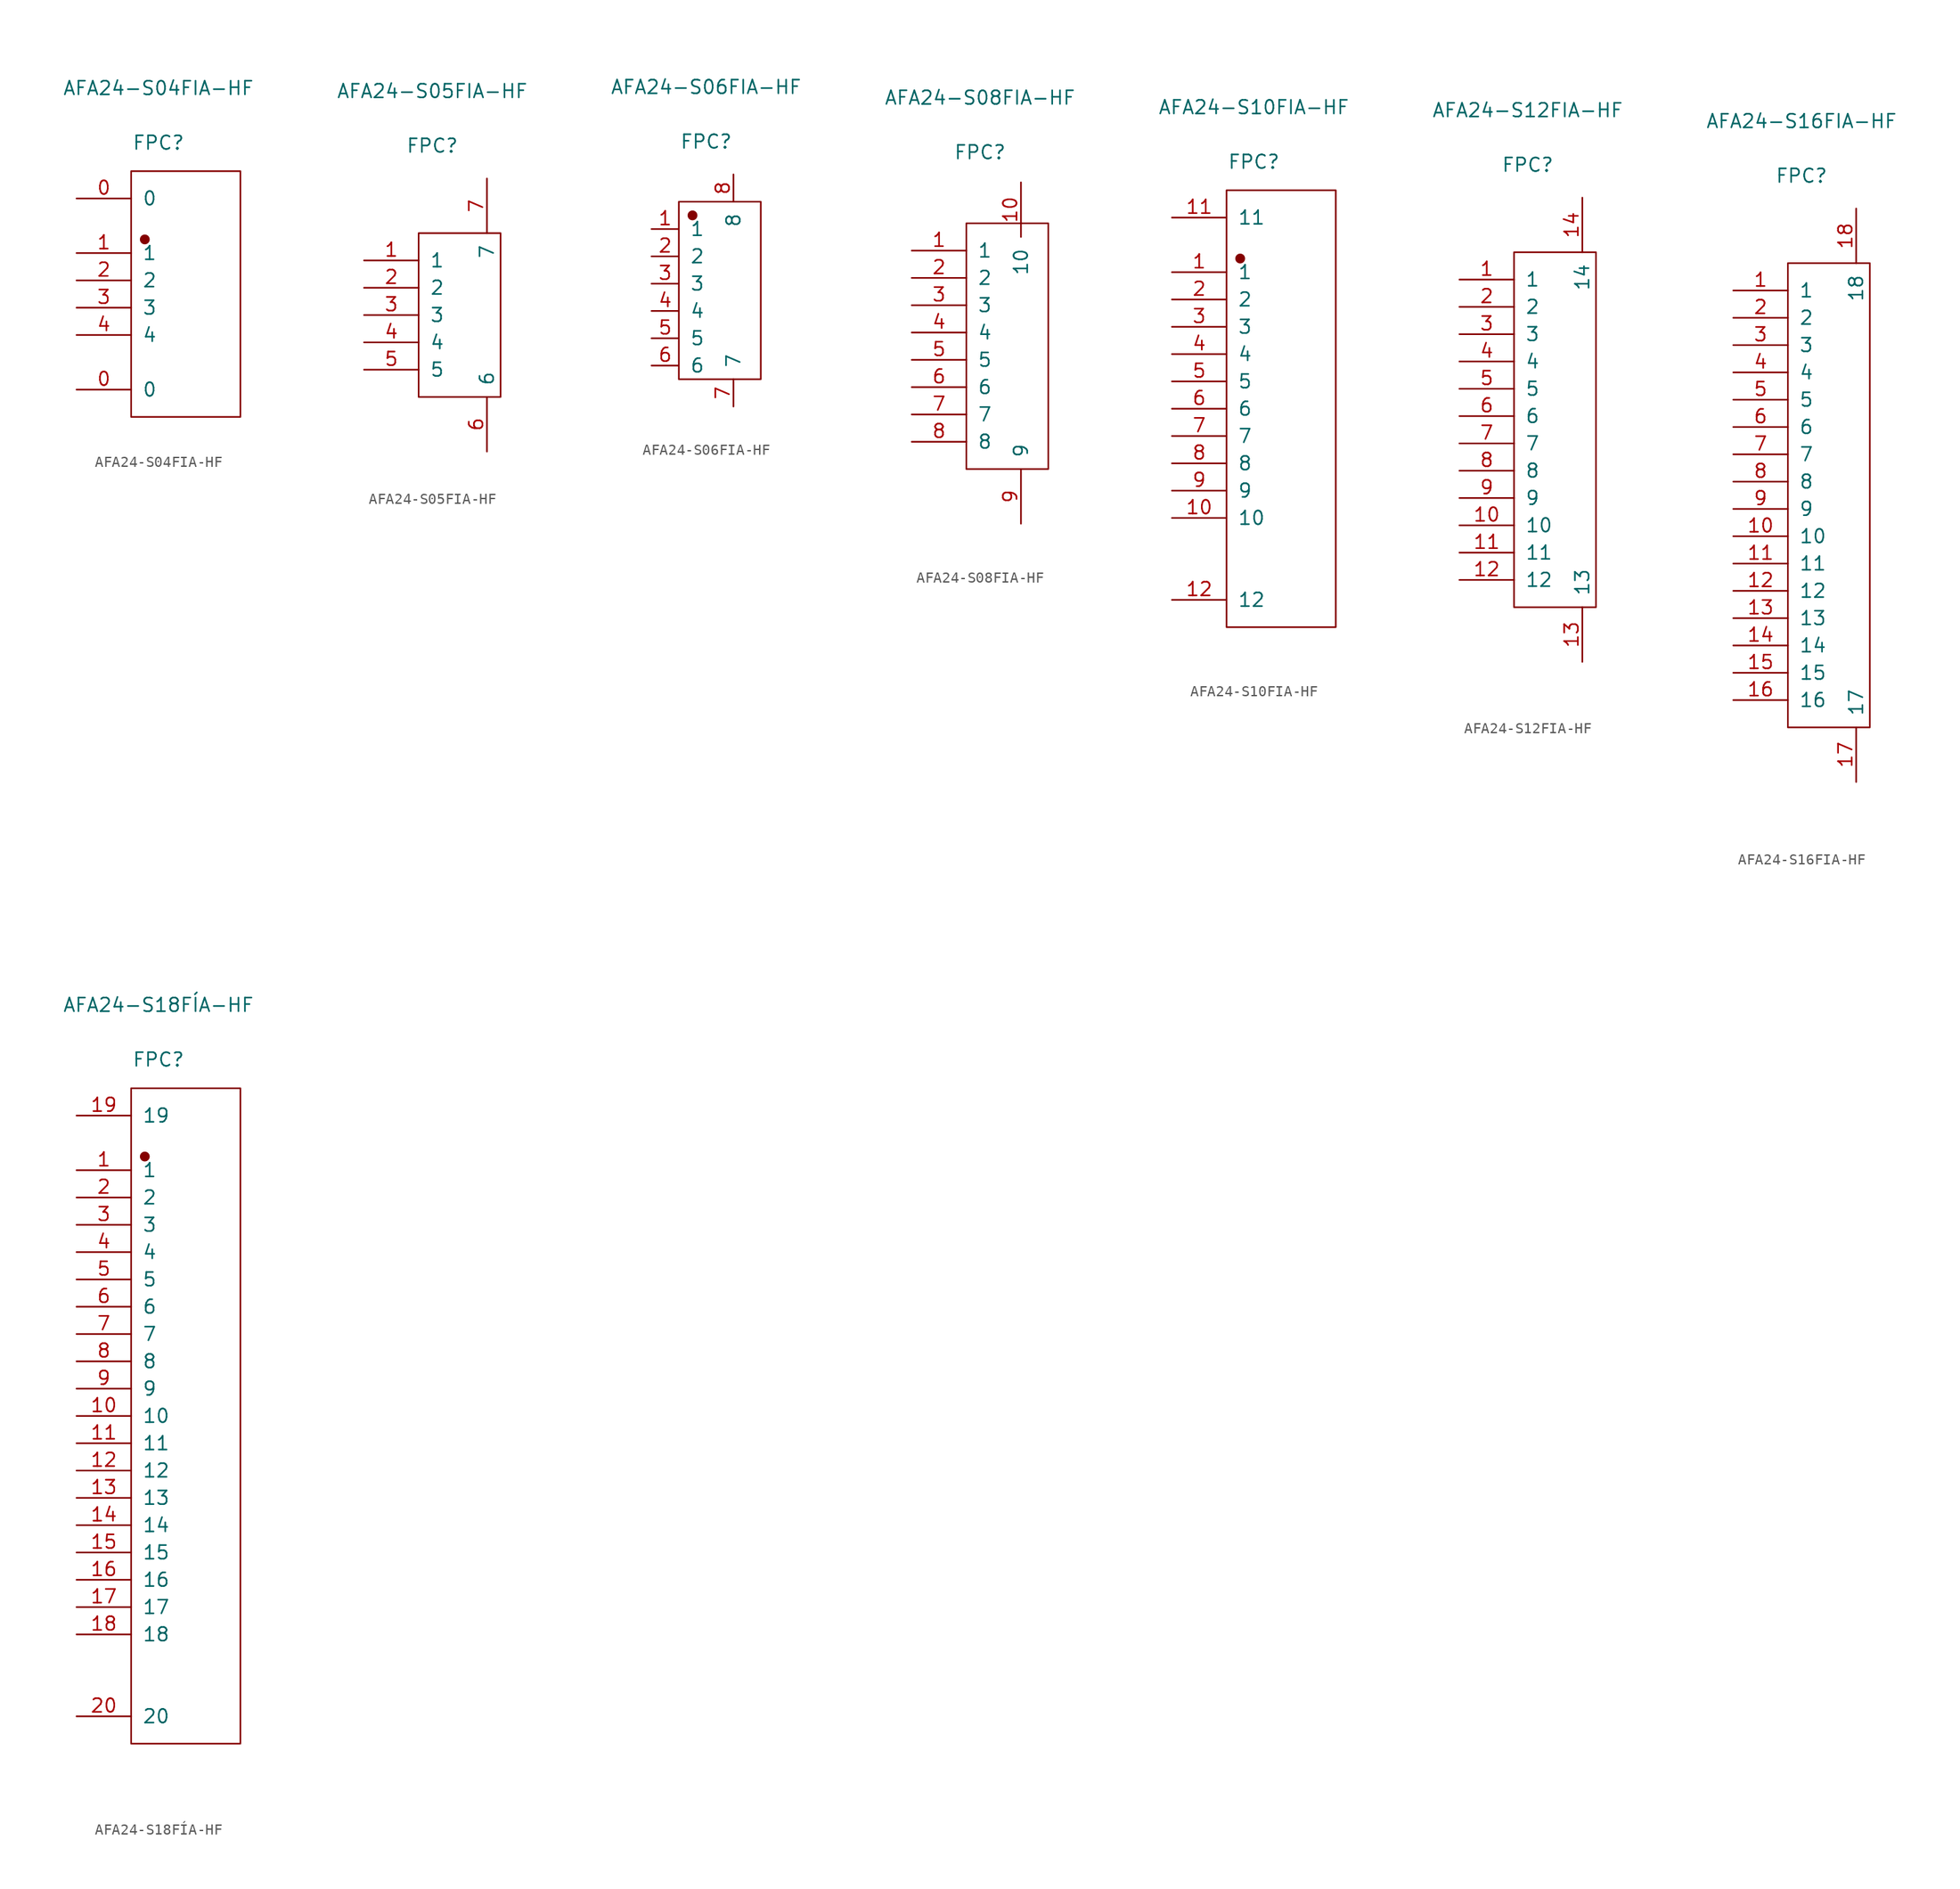
<source format=kicad_sym>
(kicad_symbol_lib
  (version 20231120)
  (generator "kicad_symbol_editor")
  (generator_version "8.0")
  (symbol "AFA24-S04FIA-HF"
    (pin_names
      (offset 1.016))
    (property "Reference" "FPC"
      (at 0 14.072 0)
      (effects (font (size 1.27 1.27))))
    (property "Value" "AFA24-S04FIA-HF"
      (at 0 19.152 0)
      (effects (font (size 1.27 1.27))))
    (symbol "AFA24-S04FIA-HF_1_1"
      (rectangle (start -2.54 11.43) (end 7.62 -11.43) (stroke (width 0.152) (type solid)) (fill (type none)))
      (circle (center -1.27 5.08) (radius 0.381) (stroke (width 0.152) (type solid)) (fill (type outline)))
      (pin passive line (at -7.62 3.81 0) (length 5.08) (name "1" (effects (font (size 1.27 1.27)))) (number "1" (effects (font (size 1.27 1.27)))))
      (pin passive line (at -7.62 1.27 0) (length 5.08) (name "2" (effects (font (size 1.27 1.27)))) (number "2" (effects (font (size 1.27 1.27)))))
      (pin passive line (at -7.62 -1.27 0) (length 5.08) (name "3" (effects (font (size 1.27 1.27)))) (number "3" (effects (font (size 1.27 1.27)))))
      (pin passive line (at -7.62 -3.81 0) (length 5.08) (name "4" (effects (font (size 1.27 1.27)))) (number "4" (effects (font (size 1.27 1.27)))))
      (pin free line (at -7.62 8.89 0) (length 5.08) (name "0" (effects (font (size 1.27 1.27)))) (number "0" (effects (font (size 1.27 1.27)))))
      (pin free line (at -7.62 -8.89 0) (length 5.08) (name "0" (effects (font (size 1.27 1.27)))) (number "0" (effects (font (size 1.27 1.27)))))))
  (symbol "AFA24-S05FIA-HF"
    (pin_names
      (offset 1.016))
    (property "Reference" "FPC"
      (at 0 15.748 0)
      (effects (font (size 1.27 1.27))))
    (property "Value" "AFA24-S05FIA-HF"
      (at 0 20.828 0)
      (effects (font (size 1.27 1.27))))
    (symbol "AFA24-S05FIA-HF_1_1"
      (rectangle (start -1.27 7.62) (end 6.35 -7.62) (stroke (width 0.152) (type solid)) (fill (type none)))
      (pin passive line (at -6.35 5.08 0) (length 5.08) (name "1" (effects (font (size 1.27 1.27)))) (number "1" (effects (font (size 1.27 1.27)))))
      (pin passive line (at -6.35 2.54 0) (length 5.08) (name "2" (effects (font (size 1.27 1.27)))) (number "2" (effects (font (size 1.27 1.27)))))
      (pin passive line (at -6.35 0 0) (length 5.08) (name "3" (effects (font (size 1.27 1.27)))) (number "3" (effects (font (size 1.27 1.27)))))
      (pin passive line (at -6.35 -2.54 0) (length 5.08) (name "4" (effects (font (size 1.27 1.27)))) (number "4" (effects (font (size 1.27 1.27)))))
      (pin passive line (at -6.35 -5.08 0) (length 5.08) (name "5" (effects (font (size 1.27 1.27)))) (number "5" (effects (font (size 1.27 1.27)))))
      (pin free line (at 5.08 -12.7 90) (length 5.08) (name "6" (effects (font (size 1.27 1.27)))) (number "6" (effects (font (size 1.27 1.27)))))
      (pin free line (at 5.08 12.7 270) (length 5.08) (name "7" (effects (font (size 1.27 1.27)))) (number "7" (effects (font (size 1.27 1.27)))))))
  (symbol "AFA24-S06FIA-HF"
    (pin_names
      (offset 1.016))
    (property "Reference" "FPC"
      (at 0 14.478 0)
      (effects (font (size 1.27 1.27))))
    (property "Value" "AFA24-S06FIA-HF"
      (at 0 19.558 0)
      (effects (font (size 1.27 1.27))))
    (symbol "AFA24-S06FIA-HF_1_1"
      (rectangle (start -2.54 8.89) (end 5.08 -7.62) (stroke (width 0.152) (type solid)) (fill (type none)))
      (circle (center -1.27 7.62) (radius 0.381) (stroke (width 0.152) (type solid)) (fill (type outline)))
      (pin passive line (at -5.08 6.35 0) (length 2.54) (name "1" (effects (font (size 1.27 1.27)))) (number "1" (effects (font (size 1.27 1.27)))))
      (pin passive line (at -5.08 3.81 0) (length 2.54) (name "2" (effects (font (size 1.27 1.27)))) (number "2" (effects (font (size 1.27 1.27)))))
      (pin passive line (at -5.08 1.27 0) (length 2.54) (name "3" (effects (font (size 1.27 1.27)))) (number "3" (effects (font (size 1.27 1.27)))))
      (pin passive line (at -5.08 -1.27 0) (length 2.54) (name "4" (effects (font (size 1.27 1.27)))) (number "4" (effects (font (size 1.27 1.27)))))
      (pin passive line (at -5.08 -3.81 0) (length 2.54) (name "5" (effects (font (size 1.27 1.27)))) (number "5" (effects (font (size 1.27 1.27)))))
      (pin passive line (at -5.08 -6.35 0) (length 2.54) (name "6" (effects (font (size 1.27 1.27)))) (number "6" (effects (font (size 1.27 1.27)))))
      (pin free line (at 2.54 -10.16 90) (length 2.54) (name "7" (effects (font (size 1.27 1.27)))) (number "7" (effects (font (size 1.27 1.27)))))
      (pin free line (at 2.54 11.43 270) (length 2.54) (name "8" (effects (font (size 1.27 1.27)))) (number "8" (effects (font (size 1.27 1.27)))))))
  (symbol "AFA24-S08FIA-HF"
    (pin_names
      (offset 1.016))
    (property "Reference" "FPC"
      (at 0 18.034 0)
      (effects (font (size 1.27 1.27))))
    (property "Value" "AFA24-S08FIA-HF"
      (at 0 23.114 0)
      (effects (font (size 1.27 1.27))))
    (symbol "AFA24-S08FIA-HF_1_1"
      (rectangle (start -1.27 11.43) (end 6.35 -11.43) (stroke (width 0.152) (type solid)) (fill (type none)))
      (pin passive line (at -6.35 8.89 0) (length 5.08) (name "1" (effects (font (size 1.27 1.27)))) (number "1" (effects (font (size 1.27 1.27)))))
      (pin free line (at 3.81 15.24 270) (length 5.08) (name "10" (effects (font (size 1.27 1.27)))) (number "10" (effects (font (size 1.27 1.27)))))
      (pin passive line (at -6.35 6.35 0) (length 5.08) (name "2" (effects (font (size 1.27 1.27)))) (number "2" (effects (font (size 1.27 1.27)))))
      (pin passive line (at -6.35 3.81 0) (length 5.08) (name "3" (effects (font (size 1.27 1.27)))) (number "3" (effects (font (size 1.27 1.27)))))
      (pin passive line (at -6.35 1.27 0) (length 5.08) (name "4" (effects (font (size 1.27 1.27)))) (number "4" (effects (font (size 1.27 1.27)))))
      (pin passive line (at -6.35 -1.27 0) (length 5.08) (name "5" (effects (font (size 1.27 1.27)))) (number "5" (effects (font (size 1.27 1.27)))))
      (pin passive line (at -6.35 -3.81 0) (length 5.08) (name "6" (effects (font (size 1.27 1.27)))) (number "6" (effects (font (size 1.27 1.27)))))
      (pin passive line (at -6.35 -6.35 0) (length 5.08) (name "7" (effects (font (size 1.27 1.27)))) (number "7" (effects (font (size 1.27 1.27)))))
      (pin passive line (at -6.35 -8.89 0) (length 5.08) (name "8" (effects (font (size 1.27 1.27)))) (number "8" (effects (font (size 1.27 1.27)))))
      (pin free line (at 3.81 -16.51 90) (length 5.08) (name "9" (effects (font (size 1.27 1.27)))) (number "9" (effects (font (size 1.27 1.27)))))))
  (symbol "AFA24-S10FIA-HF"
    (pin_names
      (offset 1.016))
    (property "Reference" "FPC"
      (at 0 22.962 0)
      (effects (font (size 1.27 1.27))))
    (property "Value" "AFA24-S10FIA-HF"
      (at 0 28.042 0)
      (effects (font (size 1.27 1.27))))
    (symbol "AFA24-S10FIA-HF_1_1"
      (rectangle (start -2.54 20.32) (end 7.62 -20.32) (stroke (width 0.152) (type solid)) (fill (type none)))
      (circle (center -1.27 13.97) (radius 0.381) (stroke (width 0.152) (type solid)) (fill (type outline)))
      (pin passive line (at -7.62 12.7 0) (length 5.08) (name "1" (effects (font (size 1.27 1.27)))) (number "1" (effects (font (size 1.27 1.27)))))
      (pin passive line (at -7.62 -10.16 0) (length 5.08) (name "10" (effects (font (size 1.27 1.27)))) (number "10" (effects (font (size 1.27 1.27)))))
      (pin free line (at -7.62 17.78 0) (length 5.08) (name "11" (effects (font (size 1.27 1.27)))) (number "11" (effects (font (size 1.27 1.27)))))
      (pin free line (at -7.62 -17.78 0) (length 5.08) (name "12" (effects (font (size 1.27 1.27)))) (number "12" (effects (font (size 1.27 1.27)))))
      (pin passive line (at -7.62 10.16 0) (length 5.08) (name "2" (effects (font (size 1.27 1.27)))) (number "2" (effects (font (size 1.27 1.27)))))
      (pin passive line (at -7.62 7.62 0) (length 5.08) (name "3" (effects (font (size 1.27 1.27)))) (number "3" (effects (font (size 1.27 1.27)))))
      (pin passive line (at -7.62 5.08 0) (length 5.08) (name "4" (effects (font (size 1.27 1.27)))) (number "4" (effects (font (size 1.27 1.27)))))
      (pin passive line (at -7.62 2.54 0) (length 5.08) (name "5" (effects (font (size 1.27 1.27)))) (number "5" (effects (font (size 1.27 1.27)))))
      (pin passive line (at -7.62 0 0) (length 5.08) (name "6" (effects (font (size 1.27 1.27)))) (number "6" (effects (font (size 1.27 1.27)))))
      (pin passive line (at -7.62 -2.54 0) (length 5.08) (name "7" (effects (font (size 1.27 1.27)))) (number "7" (effects (font (size 1.27 1.27)))))
      (pin passive line (at -7.62 -5.08 0) (length 5.08) (name "8" (effects (font (size 1.27 1.27)))) (number "8" (effects (font (size 1.27 1.27)))))
      (pin passive line (at -7.62 -7.62 0) (length 5.08) (name "9" (effects (font (size 1.27 1.27)))) (number "9" (effects (font (size 1.27 1.27)))))))
  (symbol "AFA24-S12FIA-HF"
    (pin_names
      (offset 1.016))
    (property "Reference" "FPC"
      (at 0 24.638 0)
      (effects (font (size 1.27 1.27))))
    (property "Value" "AFA24-S12FIA-HF"
      (at 0 29.718 0)
      (effects (font (size 1.27 1.27))))
    (symbol "AFA24-S12FIA-HF_1_1"
      (rectangle (start -1.27 16.51) (end 6.35 -16.51) (stroke (width 0.152) (type solid)) (fill (type none)))
      (pin passive line (at -6.35 13.97 0) (length 5.08) (name "1" (effects (font (size 1.27 1.27)))) (number "1" (effects (font (size 1.27 1.27)))))
      (pin passive line (at -6.35 -8.89 0) (length 5.08) (name "10" (effects (font (size 1.27 1.27)))) (number "10" (effects (font (size 1.27 1.27)))))
      (pin passive line (at -6.35 -11.43 0) (length 5.08) (name "11" (effects (font (size 1.27 1.27)))) (number "11" (effects (font (size 1.27 1.27)))))
      (pin passive line (at -6.35 -13.97 0) (length 5.08) (name "12" (effects (font (size 1.27 1.27)))) (number "12" (effects (font (size 1.27 1.27)))))
      (pin free line (at 5.08 -21.59 90) (length 5.08) (name "13" (effects (font (size 1.27 1.27)))) (number "13" (effects (font (size 1.27 1.27)))))
      (pin free line (at 5.08 21.59 270) (length 5.08) (name "14" (effects (font (size 1.27 1.27)))) (number "14" (effects (font (size 1.27 1.27)))))
      (pin passive line (at -6.35 11.43 0) (length 5.08) (name "2" (effects (font (size 1.27 1.27)))) (number "2" (effects (font (size 1.27 1.27)))))
      (pin passive line (at -6.35 8.89 0) (length 5.08) (name "3" (effects (font (size 1.27 1.27)))) (number "3" (effects (font (size 1.27 1.27)))))
      (pin passive line (at -6.35 6.35 0) (length 5.08) (name "4" (effects (font (size 1.27 1.27)))) (number "4" (effects (font (size 1.27 1.27)))))
      (pin passive line (at -6.35 3.81 0) (length 5.08) (name "5" (effects (font (size 1.27 1.27)))) (number "5" (effects (font (size 1.27 1.27)))))
      (pin passive line (at -6.35 1.27 0) (length 5.08) (name "6" (effects (font (size 1.27 1.27)))) (number "6" (effects (font (size 1.27 1.27)))))
      (pin passive line (at -6.35 -1.27 0) (length 5.08) (name "7" (effects (font (size 1.27 1.27)))) (number "7" (effects (font (size 1.27 1.27)))))
      (pin passive line (at -6.35 -3.81 0) (length 5.08) (name "8" (effects (font (size 1.27 1.27)))) (number "8" (effects (font (size 1.27 1.27)))))
      (pin passive line (at -6.35 -6.35 0) (length 5.08) (name "9" (effects (font (size 1.27 1.27)))) (number "9" (effects (font (size 1.27 1.27)))))))
  (symbol "AFA24-S16FIA-HF"
    (pin_names
      (offset 1.016))
    (property "Reference" "FPC"
      (at 0 29.718 0)
      (effects (font (size 1.27 1.27))))
    (property "Value" "AFA24-S16FIA-HF"
      (at 0 34.798 0)
      (effects (font (size 1.27 1.27))))
    (symbol "AFA24-S16FIA-HF_1_1"
      (rectangle (start -1.27 21.59) (end 6.35 -21.59) (stroke (width 0.152) (type solid)) (fill (type none)))
      (pin passive line (at -6.35 19.05 0) (length 5.08) (name "1" (effects (font (size 1.27 1.27)))) (number "1" (effects (font (size 1.27 1.27)))))
      (pin passive line (at -6.35 -3.81 0) (length 5.08) (name "10" (effects (font (size 1.27 1.27)))) (number "10" (effects (font (size 1.27 1.27)))))
      (pin passive line (at -6.35 -6.35 0) (length 5.08) (name "11" (effects (font (size 1.27 1.27)))) (number "11" (effects (font (size 1.27 1.27)))))
      (pin passive line (at -6.35 -8.89 0) (length 5.08) (name "12" (effects (font (size 1.27 1.27)))) (number "12" (effects (font (size 1.27 1.27)))))
      (pin passive line (at -6.35 -11.43 0) (length 5.08) (name "13" (effects (font (size 1.27 1.27)))) (number "13" (effects (font (size 1.27 1.27)))))
      (pin passive line (at -6.35 -13.97 0) (length 5.08) (name "14" (effects (font (size 1.27 1.27)))) (number "14" (effects (font (size 1.27 1.27)))))
      (pin passive line (at -6.35 -16.51 0) (length 5.08) (name "15" (effects (font (size 1.27 1.27)))) (number "15" (effects (font (size 1.27 1.27)))))
      (pin passive line (at -6.35 -19.05 0) (length 5.08) (name "16" (effects (font (size 1.27 1.27)))) (number "16" (effects (font (size 1.27 1.27)))))
      (pin free line (at 5.08 -26.67 90) (length 5.08) (name "17" (effects (font (size 1.27 1.27)))) (number "17" (effects (font (size 1.27 1.27)))))
      (pin free line (at 5.08 26.67 270) (length 5.08) (name "18" (effects (font (size 1.27 1.27)))) (number "18" (effects (font (size 1.27 1.27)))))
      (pin passive line (at -6.35 16.51 0) (length 5.08) (name "2" (effects (font (size 1.27 1.27)))) (number "2" (effects (font (size 1.27 1.27)))))
      (pin passive line (at -6.35 13.97 0) (length 5.08) (name "3" (effects (font (size 1.27 1.27)))) (number "3" (effects (font (size 1.27 1.27)))))
      (pin passive line (at -6.35 11.43 0) (length 5.08) (name "4" (effects (font (size 1.27 1.27)))) (number "4" (effects (font (size 1.27 1.27)))))
      (pin passive line (at -6.35 8.89 0) (length 5.08) (name "5" (effects (font (size 1.27 1.27)))) (number "5" (effects (font (size 1.27 1.27)))))
      (pin passive line (at -6.35 6.35 0) (length 5.08) (name "6" (effects (font (size 1.27 1.27)))) (number "6" (effects (font (size 1.27 1.27)))))
      (pin passive line (at -6.35 3.81 0) (length 5.08) (name "7" (effects (font (size 1.27 1.27)))) (number "7" (effects (font (size 1.27 1.27)))))
      (pin passive line (at -6.35 1.27 0) (length 5.08) (name "8" (effects (font (size 1.27 1.27)))) (number "8" (effects (font (size 1.27 1.27)))))
      (pin passive line (at -6.35 -1.27 0) (length 5.08) (name "9" (effects (font (size 1.27 1.27)))) (number "9" (effects (font (size 1.27 1.27)))))))
  (symbol "AFA24-S18FÍA-HF"
    (pin_names
      (offset 1.016))
    (property "Reference" "FPC"
      (at 0 33.147 0)
      (effects (font (size 1.27 1.27))))
    (property "Value" "AFA24-S18FÍA-HF"
      (at 0 38.227 0)
      (effects (font (size 1.27 1.27))))
    (symbol "AFA24-S18FÍA-HF_1_1"
      (rectangle (start -2.54 30.48) (end 7.62 -30.48) (stroke (width 0.152) (type solid)) (fill (type none)))
      (circle (center -1.27 24.13) (radius 0.381) (stroke (width 0.152) (type solid)) (fill (type outline)))
      (pin passive line (at -7.62 22.86 0) (length 5.08) (name "1" (effects (font (size 1.27 1.27)))) (number "1" (effects (font (size 1.27 1.27)))))
      (pin passive line (at -7.62 0 0) (length 5.08) (name "10" (effects (font (size 1.27 1.27)))) (number "10" (effects (font (size 1.27 1.27)))))
      (pin passive line (at -7.62 -2.54 0) (length 5.08) (name "11" (effects (font (size 1.27 1.27)))) (number "11" (effects (font (size 1.27 1.27)))))
      (pin passive line (at -7.62 -5.08 0) (length 5.08) (name "12" (effects (font (size 1.27 1.27)))) (number "12" (effects (font (size 1.27 1.27)))))
      (pin passive line (at -7.62 -7.62 0) (length 5.08) (name "13" (effects (font (size 1.27 1.27)))) (number "13" (effects (font (size 1.27 1.27)))))
      (pin passive line (at -7.62 -10.16 0) (length 5.08) (name "14" (effects (font (size 1.27 1.27)))) (number "14" (effects (font (size 1.27 1.27)))))
      (pin passive line (at -7.62 -12.7 0) (length 5.08) (name "15" (effects (font (size 1.27 1.27)))) (number "15" (effects (font (size 1.27 1.27)))))
      (pin passive line (at -7.62 -15.24 0) (length 5.08) (name "16" (effects (font (size 1.27 1.27)))) (number "16" (effects (font (size 1.27 1.27)))))
      (pin passive line (at -7.62 -17.78 0) (length 5.08) (name "17" (effects (font (size 1.27 1.27)))) (number "17" (effects (font (size 1.27 1.27)))))
      (pin passive line (at -7.62 -20.32 0) (length 5.08) (name "18" (effects (font (size 1.27 1.27)))) (number "18" (effects (font (size 1.27 1.27)))))
      (pin free line (at -7.62 27.94 0) (length 5.08) (name "19" (effects (font (size 1.27 1.27)))) (number "19" (effects (font (size 1.27 1.27)))))
      (pin passive line (at -7.62 20.32 0) (length 5.08) (name "2" (effects (font (size 1.27 1.27)))) (number "2" (effects (font (size 1.27 1.27)))))
      (pin free line (at -7.62 -27.94 0) (length 5.08) (name "20" (effects (font (size 1.27 1.27)))) (number "20" (effects (font (size 1.27 1.27)))))
      (pin passive line (at -7.62 17.78 0) (length 5.08) (name "3" (effects (font (size 1.27 1.27)))) (number "3" (effects (font (size 1.27 1.27)))))
      (pin passive line (at -7.62 15.24 0) (length 5.08) (name "4" (effects (font (size 1.27 1.27)))) (number "4" (effects (font (size 1.27 1.27)))))
      (pin passive line (at -7.62 12.7 0) (length 5.08) (name "5" (effects (font (size 1.27 1.27)))) (number "5" (effects (font (size 1.27 1.27)))))
      (pin passive line (at -7.62 10.16 0) (length 5.08) (name "6" (effects (font (size 1.27 1.27)))) (number "6" (effects (font (size 1.27 1.27)))))
      (pin passive line (at -7.62 7.62 0) (length 5.08) (name "7" (effects (font (size 1.27 1.27)))) (number "7" (effects (font (size 1.27 1.27)))))
      (pin passive line (at -7.62 5.08 0) (length 5.08) (name "8" (effects (font (size 1.27 1.27)))) (number "8" (effects (font (size 1.27 1.27)))))
      (pin passive line (at -7.62 2.54 0) (length 5.08) (name "9" (effects (font (size 1.27 1.27)))) (number "9" (effects (font (size 1.27 1.27))))))))
</source>
